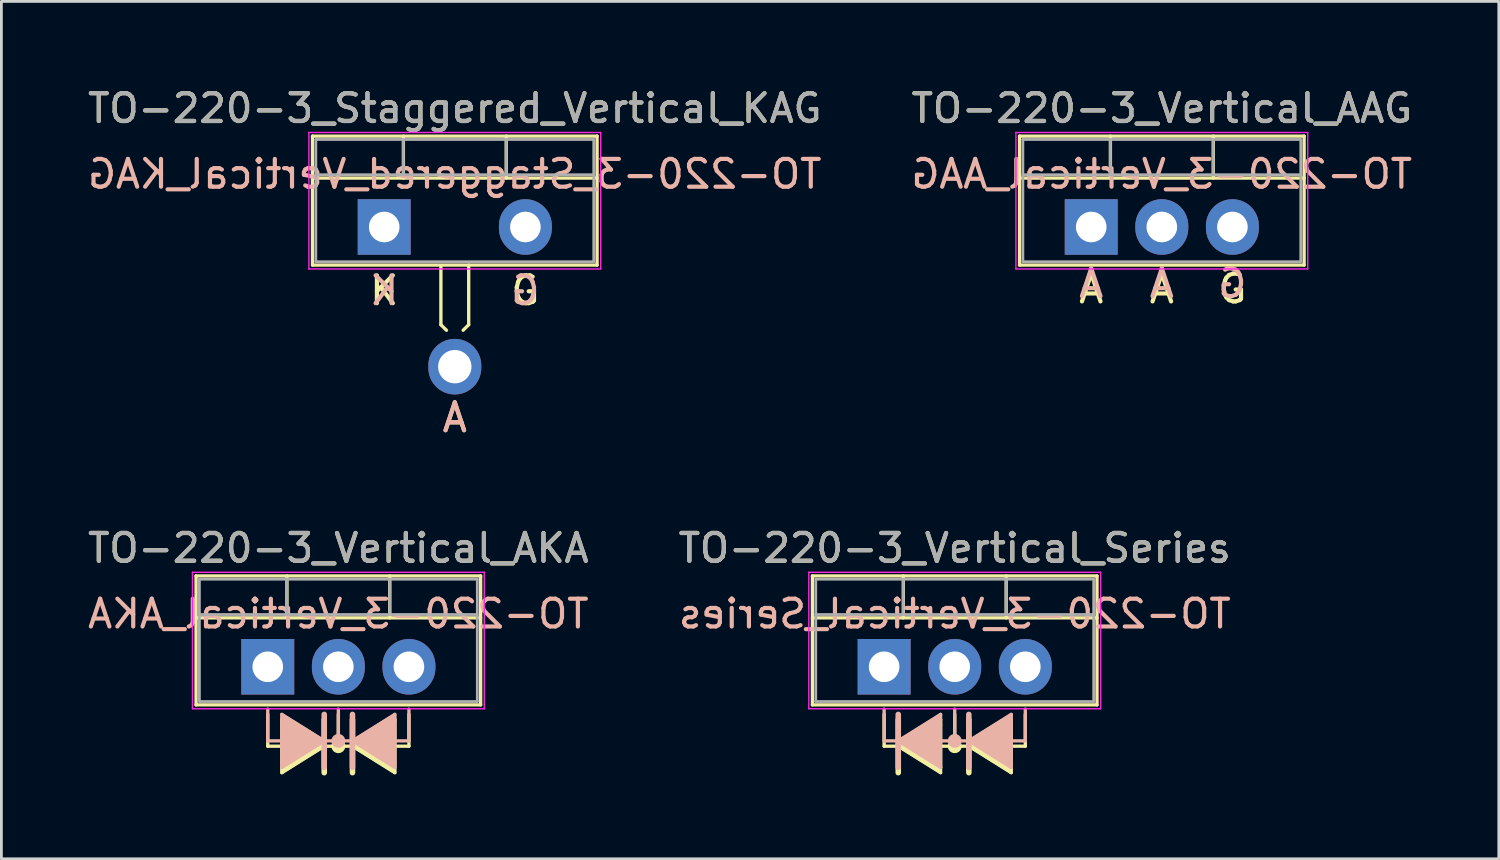
<source format=kicad_pcb>
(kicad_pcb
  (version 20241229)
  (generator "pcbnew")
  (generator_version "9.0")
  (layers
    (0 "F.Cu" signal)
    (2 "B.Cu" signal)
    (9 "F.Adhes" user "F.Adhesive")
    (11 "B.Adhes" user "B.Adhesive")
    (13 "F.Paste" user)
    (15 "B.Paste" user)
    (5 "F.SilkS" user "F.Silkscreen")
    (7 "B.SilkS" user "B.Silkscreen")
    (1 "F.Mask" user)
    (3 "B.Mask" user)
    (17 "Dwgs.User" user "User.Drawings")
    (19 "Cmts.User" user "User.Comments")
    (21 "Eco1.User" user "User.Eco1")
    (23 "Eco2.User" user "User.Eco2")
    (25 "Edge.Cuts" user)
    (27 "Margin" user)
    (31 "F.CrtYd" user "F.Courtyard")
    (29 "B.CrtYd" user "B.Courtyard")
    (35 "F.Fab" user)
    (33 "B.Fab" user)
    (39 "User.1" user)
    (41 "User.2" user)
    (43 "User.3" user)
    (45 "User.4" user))
  (footprint "TO-220-3_Vertical_AAG"
    (layer "F.Cu")
    (at 36.216 5.118)
    (property "Reference" "TO-220-3_Vertical_AAG" (at 2.54 -4.27 0) (layer "F.SilkS") (effects (font (size 1 1) (thickness 0.15))))
    (fp_line (start -2.58 -3.27) (end -2.58 1.371) (stroke (width 0.12) (type solid)) (layer "F.SilkS"))
    (fp_line (start -2.58 -3.27) (end 7.66 -3.27) (stroke (width 0.12) (type solid)) (layer "F.SilkS"))
    (fp_line (start -2.58 -1.76) (end 7.66 -1.76) (stroke (width 0.12) (type solid)) (layer "F.SilkS"))
    (fp_line (start -2.58 1.371) (end 7.66 1.371) (stroke (width 0.12) (type solid)) (layer "F.SilkS"))
    (fp_line (start 0.69 -3.27) (end 0.69 -1.76) (stroke (width 0.12) (type solid)) (layer "F.SilkS"))
    (fp_line (start 4.391 -3.27) (end 4.391 -1.76) (stroke (width 0.12) (type solid)) (layer "F.SilkS"))
    (fp_line (start 7.66 -3.27) (end 7.66 1.371) (stroke (width 0.12) (type solid)) (layer "F.SilkS"))
    (fp_line (start -2.71 -3.4) (end -2.71 1.51) (stroke (width 0.05) (type solid)) (layer "F.CrtYd"))
    (fp_line (start -2.71 1.51) (end 7.79 1.51) (stroke (width 0.05) (type solid)) (layer "F.CrtYd"))
    (fp_line (start 7.79 -3.4) (end -2.71 -3.4) (stroke (width 0.05) (type solid)) (layer "F.CrtYd"))
    (fp_line (start 7.79 1.51) (end 7.79 -3.4) (stroke (width 0.05) (type solid)) (layer "F.CrtYd"))
    (fp_line (start -2.46 -3.15) (end -2.46 1.25) (stroke (width 0.1) (type solid)) (layer "F.Fab"))
    (fp_line (start -2.46 -1.88) (end 7.54 -1.88) (stroke (width 0.1) (type solid)) (layer "F.Fab"))
    (fp_line (start -2.46 1.25) (end 7.54 1.25) (stroke (width 0.1) (type solid)) (layer "F.Fab"))
    (fp_line (start 0.69 -3.15) (end 0.69 -1.88) (stroke (width 0.1) (type solid)) (layer "F.Fab"))
    (fp_line (start 4.39 -3.15) (end 4.39 -1.88) (stroke (width 0.1) (type solid)) (layer "F.Fab"))
    (fp_line (start 7.54 -3.15) (end -2.46 -3.15) (stroke (width 0.1) (type solid)) (layer "F.Fab"))
    (fp_line (start 7.54 1.25) (end 7.54 -3.15) (stroke (width 0.1) (type solid)) (layer "F.Fab"))
    (fp_text user "G" (at 5.08 2.223 0) (unlocked yes) (layer "F.SilkS") (effects (font (size 1 1) (thickness 0.15))))
    (fp_text user "A" (at 0 2.223 0) (unlocked yes) (layer "F.SilkS") (effects (font (size 1 1) (thickness 0.15))))
    (fp_text user "A" (at 2.54 2.223 0) (unlocked yes) (layer "F.SilkS") (effects (font (size 1 1) (thickness 0.15))))
    (fp_text user "A" (at 0 2.032 0) (unlocked yes) (layer "B.SilkS") (effects (font (size 1 1) (thickness 0.15)) (justify mirror)))
    (fp_text user "${REFERENCE}" (at 2.54 -1.905 0) (layer "B.SilkS") (effects (font (size 1 1) (thickness 0.15)) (justify mirror)))
    (fp_text user "A" (at 2.54 2.032 0) (unlocked yes) (layer "B.SilkS") (effects (font (size 1 1) (thickness 0.15)) (justify mirror)))
    (fp_text user "G" (at 5.08 2.032 0) (unlocked yes) (layer "B.SilkS") (effects (font (size 1 1) (thickness 0.15)) (justify mirror)))
    (fp_text user "${REFERENCE}" (at 2.54 -4.27 0) (layer "F.Fab") (effects (font (size 1 1) (thickness 0.15))))
    (pad "1" thru_hole rect (at 0 0) (size 1.905 2) (drill 1.1) (layers "*.Cu" "*.Mask"))
    (pad "2" thru_hole oval (at 2.54 0) (size 1.905 2) (drill 1.1) (layers "*.Cu" "*.Mask"))
    (pad "3" thru_hole oval (at 5.08 0) (size 1.905 2) (drill 1.1) (layers "*.Cu" "*.Mask")))
  (footprint "TO-220-3_Vertical_Series"
    (layer "F.Cu")
    (at 28.764 20.943)
    (property "Reference" "TO-220-3_Vertical_Series" (at 2.54 -4.27 0) (layer "F.SilkS") (effects (font (size 1 1) (thickness 0.15))))
    (fp_line (start -2.58 -3.27) (end -2.58 1.371) (stroke (width 0.12) (type solid)) (layer "F.SilkS"))
    (fp_line (start -2.58 -3.27) (end 7.66 -3.27) (stroke (width 0.12) (type solid)) (layer "F.SilkS"))
    (fp_line (start -2.58 -1.76) (end 7.66 -1.76) (stroke (width 0.12) (type solid)) (layer "F.SilkS"))
    (fp_line (start -2.58 1.371) (end 7.66 1.371) (stroke (width 0.12) (type solid)) (layer "F.SilkS"))
    (fp_line (start 0 1.714) (end 0 2.857) (stroke (width 0.12) (type solid)) (layer "F.SilkS"))
    (fp_line (start 0 2.857) (end 0.508 2.857) (stroke (width 0.12) (type solid)) (layer "F.SilkS"))
    (fp_line (start 0.508 1.905) (end 0.508 3.81) (stroke (width 0.2) (type solid)) (layer "F.SilkS"))
    (fp_line (start 0.508 2.857) (end 2.032 1.905) (stroke (width 0.12) (type solid)) (layer "F.SilkS"))
    (fp_line (start 0.508 2.857) (end 2.032 3.81) (stroke (width 0.12) (type solid)) (layer "F.SilkS"))
    (fp_line (start 0.69 -3.27) (end 0.69 -1.76) (stroke (width 0.12) (type solid)) (layer "F.SilkS"))
    (fp_line (start 2.032 2.095) (end 2.032 1.905) (stroke (width 0.12) (type solid)) (layer "F.SilkS"))
    (fp_line (start 2.032 3.619) (end 2.032 2.095) (stroke (width 0.12) (type solid)) (layer "F.SilkS"))
    (fp_line (start 2.032 3.619) (end 2.032 3.81) (stroke (width 0.12) (type solid)) (layer "F.SilkS"))
    (fp_line (start 2.54 1.714) (end 2.54 2.857) (stroke (width 0.12) (type solid)) (layer "F.SilkS"))
    (fp_line (start 2.54 2.857) (end 2.032 2.857) (stroke (width 0.12) (type solid)) (layer "F.SilkS"))
    (fp_line (start 2.54 2.857) (end 3.048 2.857) (stroke (width 0.12) (type solid)) (layer "F.SilkS"))
    (fp_line (start 3.048 1.905) (end 3.048 3.81) (stroke (width 0.2) (type solid)) (layer "F.SilkS"))
    (fp_line (start 3.048 2.857) (end 4.572 3.81) (stroke (width 0.12) (type solid)) (layer "F.SilkS"))
    (fp_line (start 4.391 -3.27) (end 4.391 -1.76) (stroke (width 0.12) (type solid)) (layer "F.SilkS"))
    (fp_line (start 4.572 1.905) (end 3.048 2.857) (stroke (width 0.12) (type solid)) (layer "F.SilkS"))
    (fp_line (start 4.572 3.81) (end 4.572 1.905) (stroke (width 0.12) (type solid)) (layer "F.SilkS"))
    (fp_line (start 5.08 1.714) (end 5.08 2.857) (stroke (width 0.12) (type solid)) (layer "F.SilkS"))
    (fp_line (start 5.08 2.857) (end 4.572 2.857) (stroke (width 0.12) (type solid)) (layer "F.SilkS"))
    (fp_line (start 7.66 -3.27) (end 7.66 1.371) (stroke (width 0.12) (type solid)) (layer "F.SilkS"))
    (fp_circle (center 2.54 2.857) (end 2.54 2.921) (stroke (width 0.12) (type solid)) (fill no) (layer "F.SilkS"))
    (fp_circle (center 2.54 2.857) (end 2.54 2.985) (stroke (width 0.12) (type solid)) (fill no) (layer "F.SilkS"))
    (fp_circle (center 2.54 2.857) (end 2.54 3.048) (stroke (width 0.12) (type solid)) (fill no) (layer "F.SilkS"))
    (fp_poly (pts (xy 0.508 2.857) (xy 2.032 1.905) (xy 2.032 3.81)) (stroke (width 0.1) (type solid)) (fill yes) (layer "F.SilkS"))
    (fp_poly (pts (xy 4.572 3.81) (xy 3.048 2.857) (xy 4.572 1.905)) (stroke (width 0.1) (type solid)) (fill yes) (layer "F.SilkS"))
    (fp_line (start 0 1.524) (end 0 2.667) (stroke (width 0.12) (type solid)) (layer "B.SilkS"))
    (fp_line (start 0 2.667) (end 0.508 2.667) (stroke (width 0.12) (type solid)) (layer "B.SilkS"))
    (fp_line (start 0.508 2.667) (end 2.032 1.714) (stroke (width 0.12) (type solid)) (layer "B.SilkS"))
    (fp_line (start 0.508 3.619) (end 0.508 1.714) (stroke (width 0.2) (type solid)) (layer "B.SilkS"))
    (fp_line (start 2.032 1.714) (end 2.032 3.619) (stroke (width 0.12) (type solid)) (layer "B.SilkS"))
    (fp_line (start 2.032 3.619) (end 0.508 2.667) (stroke (width 0.12) (type solid)) (layer "B.SilkS"))
    (fp_line (start 2.54 1.524) (end 2.54 2.667) (stroke (width 0.12) (type solid)) (layer "B.SilkS"))
    (fp_line (start 2.54 2.667) (end 2.032 2.667) (stroke (width 0.12) (type solid)) (layer "B.SilkS"))
    (fp_line (start 2.54 2.667) (end 3.048 2.667) (stroke (width 0.12) (type solid)) (layer "B.SilkS"))
    (fp_line (start 3.048 2.667) (end 4.572 1.714) (stroke (width 0.12) (type solid)) (layer "B.SilkS"))
    (fp_line (start 3.048 2.667) (end 4.572 3.619) (stroke (width 0.12) (type solid)) (layer "B.SilkS"))
    (fp_line (start 3.048 3.619) (end 3.048 1.714) (stroke (width 0.2) (type solid)) (layer "B.SilkS"))
    (fp_line (start 4.572 1.714) (end 4.572 3.429) (stroke (width 0.12) (type solid)) (layer "B.SilkS"))
    (fp_line (start 4.572 3.429) (end 4.572 3.619) (stroke (width 0.12) (type solid)) (layer "B.SilkS"))
    (fp_line (start 5.08 1.524) (end 5.08 2.667) (stroke (width 0.12) (type solid)) (layer "B.SilkS"))
    (fp_line (start 5.08 2.667) (end 4.572 2.667) (stroke (width 0.12) (type solid)) (layer "B.SilkS"))
    (fp_circle (center 2.54 2.667) (end 2.54 2.731) (stroke (width 0.12) (type solid)) (fill no) (layer "B.SilkS"))
    (fp_circle (center 2.54 2.667) (end 2.54 2.794) (stroke (width 0.12) (type solid)) (fill no) (layer "B.SilkS"))
    (fp_circle (center 2.54 2.667) (end 2.54 2.857) (stroke (width 0.12) (type solid)) (fill no) (layer "B.SilkS"))
    (fp_poly (pts (xy 2.032 1.714) (xy 0.508 2.667) (xy 2.032 3.619)) (stroke (width 0.1) (type solid)) (fill yes) (layer "B.SilkS"))
    (fp_poly (pts (xy 3.048 2.667) (xy 4.572 3.619) (xy 4.572 1.714)) (stroke (width 0.1) (type solid)) (fill yes) (layer "B.SilkS"))
    (fp_line (start -2.71 -3.4) (end -2.71 1.51) (stroke (width 0.05) (type solid)) (layer "F.CrtYd"))
    (fp_line (start -2.71 1.51) (end 7.79 1.51) (stroke (width 0.05) (type solid)) (layer "F.CrtYd"))
    (fp_line (start 7.79 -3.4) (end -2.71 -3.4) (stroke (width 0.05) (type solid)) (layer "F.CrtYd"))
    (fp_line (start 7.79 1.51) (end 7.79 -3.4) (stroke (width 0.05) (type solid)) (layer "F.CrtYd"))
    (fp_line (start -2.46 -3.15) (end -2.46 1.25) (stroke (width 0.1) (type solid)) (layer "F.Fab"))
    (fp_line (start -2.46 -1.88) (end 7.54 -1.88) (stroke (width 0.1) (type solid)) (layer "F.Fab"))
    (fp_line (start -2.46 1.25) (end 7.54 1.25) (stroke (width 0.1) (type solid)) (layer "F.Fab"))
    (fp_line (start 0.69 -3.15) (end 0.69 -1.88) (stroke (width 0.1) (type solid)) (layer "F.Fab"))
    (fp_line (start 4.39 -3.15) (end 4.39 -1.88) (stroke (width 0.1) (type solid)) (layer "F.Fab"))
    (fp_line (start 7.54 -3.15) (end -2.46 -3.15) (stroke (width 0.1) (type solid)) (layer "F.Fab"))
    (fp_line (start 7.54 1.25) (end 7.54 -3.15) (stroke (width 0.1) (type solid)) (layer "F.Fab"))
    (fp_text user "${REFERENCE}" (at 2.54 -1.905 0) (layer "B.SilkS") (effects (font (size 1 1) (thickness 0.15)) (justify mirror)))
    (fp_text user "${REFERENCE}" (at 2.54 -4.27 0) (layer "F.Fab") (effects (font (size 1 1) (thickness 0.15))))
    (pad "1" thru_hole rect (at 0 0) (size 1.905 2) (drill 1.1) (layers "*.Cu" "*.Mask"))
    (pad "2" thru_hole oval (at 2.54 0) (size 1.905 2) (drill 1.1) (layers "*.Cu" "*.Mask"))
    (pad "3" thru_hole oval (at 5.08 0) (size 1.905 2) (drill 1.1) (layers "*.Cu" "*.Mask")))
  (footprint "TO-220-3_Vertical_AKA"
    (layer "F.Cu")
    (at 6.585 20.943)
    (property "Reference" "TO-220-3_Vertical_AKA" (at 2.54 -4.27 0) (layer "F.SilkS") (effects (font (size 1 1) (thickness 0.15))))
    (fp_line (start -2.58 -3.27) (end -2.58 1.371) (stroke (width 0.12) (type solid)) (layer "F.SilkS"))
    (fp_line (start -2.58 -3.27) (end 7.66 -3.27) (stroke (width 0.12) (type solid)) (layer "F.SilkS"))
    (fp_line (start -2.58 -1.76) (end 7.66 -1.76) (stroke (width 0.12) (type solid)) (layer "F.SilkS"))
    (fp_line (start -2.58 1.371) (end 7.66 1.371) (stroke (width 0.12) (type solid)) (layer "F.SilkS"))
    (fp_line (start 0 1.714) (end 0 2.857) (stroke (width 0.12) (type solid)) (layer "F.SilkS"))
    (fp_line (start 0 2.857) (end 0.508 2.857) (stroke (width 0.12) (type solid)) (layer "F.SilkS"))
    (fp_line (start 0.508 2.095) (end 0.508 1.905) (stroke (width 0.12) (type solid)) (layer "F.SilkS"))
    (fp_line (start 0.508 2.095) (end 0.508 3.619) (stroke (width 0.12) (type solid)) (layer "F.SilkS"))
    (fp_line (start 0.508 3.619) (end 0.508 3.81) (stroke (width 0.12) (type solid)) (layer "F.SilkS"))
    (fp_line (start 0.69 -3.27) (end 0.69 -1.76) (stroke (width 0.12) (type solid)) (layer "F.SilkS"))
    (fp_line (start 2.032 2.857) (end 0.508 1.905) (stroke (width 0.12) (type solid)) (layer "F.SilkS"))
    (fp_line (start 2.032 2.857) (end 0.508 3.81) (stroke (width 0.12) (type solid)) (layer "F.SilkS"))
    (fp_line (start 2.032 3.81) (end 2.032 1.905) (stroke (width 0.2) (type solid)) (layer "F.SilkS"))
    (fp_line (start 2.54 1.714) (end 2.54 2.857) (stroke (width 0.12) (type solid)) (layer "F.SilkS"))
    (fp_line (start 2.54 2.857) (end 2.032 2.857) (stroke (width 0.12) (type solid)) (layer "F.SilkS"))
    (fp_line (start 2.54 2.857) (end 3.048 2.857) (stroke (width 0.12) (type solid)) (layer "F.SilkS"))
    (fp_line (start 3.048 1.905) (end 3.048 3.81) (stroke (width 0.2) (type solid)) (layer "F.SilkS"))
    (fp_line (start 3.048 2.857) (end 4.572 3.81) (stroke (width 0.12) (type solid)) (layer "F.SilkS"))
    (fp_line (start 4.391 -3.27) (end 4.391 -1.76) (stroke (width 0.12) (type solid)) (layer "F.SilkS"))
    (fp_line (start 4.572 1.905) (end 3.048 2.857) (stroke (width 0.12) (type solid)) (layer "F.SilkS"))
    (fp_line (start 4.572 3.81) (end 4.572 1.905) (stroke (width 0.12) (type solid)) (layer "F.SilkS"))
    (fp_line (start 5.08 1.714) (end 5.08 2.857) (stroke (width 0.12) (type solid)) (layer "F.SilkS"))
    (fp_line (start 5.08 2.857) (end 4.572 2.857) (stroke (width 0.12) (type solid)) (layer "F.SilkS"))
    (fp_line (start 7.66 -3.27) (end 7.66 1.371) (stroke (width 0.12) (type solid)) (layer "F.SilkS"))
    (fp_circle (center 2.54 2.857) (end 2.54 2.921) (stroke (width 0.12) (type solid)) (fill no) (layer "F.SilkS"))
    (fp_circle (center 2.54 2.857) (end 2.54 2.985) (stroke (width 0.12) (type solid)) (fill no) (layer "F.SilkS"))
    (fp_circle (center 2.54 2.857) (end 2.54 3.048) (stroke (width 0.12) (type solid)) (fill no) (layer "F.SilkS"))
    (fp_poly (pts (xy 2.032 2.857) (xy 0.508 3.81) (xy 0.508 1.905)) (stroke (width 0.1) (type solid)) (fill yes) (layer "F.SilkS"))
    (fp_poly (pts (xy 4.572 3.81) (xy 3.048 2.857) (xy 4.572 1.905)) (stroke (width 0.1) (type solid)) (fill yes) (layer "F.SilkS"))
    (fp_line (start 0 1.524) (end 0 2.667) (stroke (width 0.12) (type solid)) (layer "B.SilkS"))
    (fp_line (start 0 2.667) (end 0.508 2.667) (stroke (width 0.12) (type solid)) (layer "B.SilkS"))
    (fp_line (start 0.508 1.714) (end 2.032 2.667) (stroke (width 0.12) (type solid)) (layer "B.SilkS"))
    (fp_line (start 0.508 3.619) (end 0.508 1.714) (stroke (width 0.12) (type solid)) (layer "B.SilkS"))
    (fp_line (start 2.032 1.714) (end 2.032 3.619) (stroke (width 0.2) (type solid)) (layer "B.SilkS"))
    (fp_line (start 2.032 2.667) (end 0.508 3.619) (stroke (width 0.12) (type solid)) (layer "B.SilkS"))
    (fp_line (start 2.54 1.524) (end 2.54 2.667) (stroke (width 0.12) (type solid)) (layer "B.SilkS"))
    (fp_line (start 2.54 2.667) (end 2.032 2.667) (stroke (width 0.12) (type solid)) (layer "B.SilkS"))
    (fp_line (start 2.54 2.667) (end 3.048 2.667) (stroke (width 0.12) (type solid)) (layer "B.SilkS"))
    (fp_line (start 3.048 2.667) (end 4.572 1.714) (stroke (width 0.12) (type solid)) (layer "B.SilkS"))
    (fp_line (start 3.048 2.667) (end 4.572 3.619) (stroke (width 0.12) (type solid)) (layer "B.SilkS"))
    (fp_line (start 3.048 3.619) (end 3.048 1.714) (stroke (width 0.2) (type solid)) (layer "B.SilkS"))
    (fp_line (start 4.572 1.905) (end 4.572 1.714) (stroke (width 0.12) (type solid)) (layer "B.SilkS"))
    (fp_line (start 4.572 1.905) (end 4.572 3.429) (stroke (width 0.12) (type solid)) (layer "B.SilkS"))
    (fp_line (start 4.572 3.429) (end 4.572 3.619) (stroke (width 0.12) (type solid)) (layer "B.SilkS"))
    (fp_line (start 5.08 1.524) (end 5.08 2.667) (stroke (width 0.12) (type solid)) (layer "B.SilkS"))
    (fp_line (start 5.08 2.667) (end 4.572 2.667) (stroke (width 0.12) (type solid)) (layer "B.SilkS"))
    (fp_circle (center 2.54 2.667) (end 2.54 2.731) (stroke (width 0.12) (type solid)) (fill no) (layer "B.SilkS"))
    (fp_circle (center 2.54 2.667) (end 2.54 2.794) (stroke (width 0.12) (type solid)) (fill no) (layer "B.SilkS"))
    (fp_circle (center 2.54 2.667) (end 2.54 2.857) (stroke (width 0.12) (type solid)) (fill no) (layer "B.SilkS"))
    (fp_poly (pts (xy 0.508 3.619) (xy 2.032 2.667) (xy 0.508 1.714)) (stroke (width 0.1) (type solid)) (fill yes) (layer "B.SilkS"))
    (fp_poly (pts (xy 3.048 2.667) (xy 4.572 3.619) (xy 4.572 1.714)) (stroke (width 0.1) (type solid)) (fill yes) (layer "B.SilkS"))
    (fp_line (start -2.71 -3.4) (end -2.71 1.51) (stroke (width 0.05) (type solid)) (layer "F.CrtYd"))
    (fp_line (start -2.71 1.51) (end 7.79 1.51) (stroke (width 0.05) (type solid)) (layer "F.CrtYd"))
    (fp_line (start 7.79 -3.4) (end -2.71 -3.4) (stroke (width 0.05) (type solid)) (layer "F.CrtYd"))
    (fp_line (start 7.79 1.51) (end 7.79 -3.4) (stroke (width 0.05) (type solid)) (layer "F.CrtYd"))
    (fp_line (start -2.46 -3.15) (end -2.46 1.25) (stroke (width 0.1) (type solid)) (layer "F.Fab"))
    (fp_line (start -2.46 -1.88) (end 7.54 -1.88) (stroke (width 0.1) (type solid)) (layer "F.Fab"))
    (fp_line (start -2.46 1.25) (end 7.54 1.25) (stroke (width 0.1) (type solid)) (layer "F.Fab"))
    (fp_line (start 0.69 -3.15) (end 0.69 -1.88) (stroke (width 0.1) (type solid)) (layer "F.Fab"))
    (fp_line (start 4.39 -3.15) (end 4.39 -1.88) (stroke (width 0.1) (type solid)) (layer "F.Fab"))
    (fp_line (start 7.54 -3.15) (end -2.46 -3.15) (stroke (width 0.1) (type solid)) (layer "F.Fab"))
    (fp_line (start 7.54 1.25) (end 7.54 -3.15) (stroke (width 0.1) (type solid)) (layer "F.Fab"))
    (fp_text user "${REFERENCE}" (at 2.54 -1.905 0) (layer "B.SilkS") (effects (font (size 1 1) (thickness 0.15)) (justify mirror)))
    (fp_text user "${REFERENCE}" (at 2.54 -4.27 0) (layer "F.Fab") (effects (font (size 1 1) (thickness 0.15))))
    (pad "1" thru_hole rect (at 0 0) (size 1.905 2) (drill 1.1) (layers "*.Cu" "*.Mask"))
    (pad "2" thru_hole oval (at 2.54 0) (size 1.905 2) (drill 1.1) (layers "*.Cu" "*.Mask"))
    (pad "3" thru_hole oval (at 5.08 0) (size 1.905 2) (drill 1.1) (layers "*.Cu" "*.Mask")))
  (footprint "TO-220-3_Staggered_Vertical_KAG"
    (layer "F.Cu")
    (at 10.775 5.118)
    (property "Reference" "TO-220-3_Staggered_Vertical_KAG" (at 2.54 -4.27 0) (layer "F.SilkS") (effects (font (size 1 1) (thickness 0.15))))
    (fp_line (start -2.58 -3.27) (end -2.58 1.371) (stroke (width 0.12) (type solid)) (layer "F.SilkS"))
    (fp_line (start -2.58 -3.27) (end 7.66 -3.27) (stroke (width 0.12) (type solid)) (layer "F.SilkS"))
    (fp_line (start -2.58 -1.76) (end 7.66 -1.76) (stroke (width 0.12) (type solid)) (layer "F.SilkS"))
    (fp_line (start -2.58 1.371) (end 3.048 1.371) (stroke (width 0.12) (type solid)) (layer "F.SilkS"))
    (fp_line (start 0.69 -3.27) (end 0.69 -1.76) (stroke (width 0.12) (type solid)) (layer "F.SilkS"))
    (fp_line (start 2.04 1.417) (end 2.04 3.517) (stroke (width 0.12) (type solid)) (layer "F.SilkS"))
    (fp_line (start 2.04 3.517) (end 2.24 3.716) (stroke (width 0.12) (type solid)) (layer "F.SilkS"))
    (fp_line (start 3.04 1.417) (end 3.04 3.517) (stroke (width 0.12) (type solid)) (layer "F.SilkS"))
    (fp_line (start 3.04 3.517) (end 2.84 3.716) (stroke (width 0.12) (type solid)) (layer "F.SilkS"))
    (fp_line (start 4.391 -3.27) (end 4.391 -1.76) (stroke (width 0.12) (type solid)) (layer "F.SilkS"))
    (fp_line (start 7.66 -3.27) (end 7.66 1.371) (stroke (width 0.12) (type solid)) (layer "F.SilkS"))
    (fp_line (start 7.66 1.371) (end 3.048 1.371) (stroke (width 0.12) (type solid)) (layer "F.SilkS"))
    (fp_line (start -2.71 -3.4) (end -2.71 1.51) (stroke (width 0.05) (type solid)) (layer "F.CrtYd"))
    (fp_line (start -2.71 1.51) (end 7.79 1.51) (stroke (width 0.05) (type solid)) (layer "F.CrtYd"))
    (fp_line (start 7.79 -3.4) (end -2.71 -3.4) (stroke (width 0.05) (type solid)) (layer "F.CrtYd"))
    (fp_line (start 7.79 1.51) (end 7.79 -3.4) (stroke (width 0.05) (type solid)) (layer "F.CrtYd"))
    (fp_line (start -2.46 -3.15) (end -2.46 1.25) (stroke (width 0.1) (type solid)) (layer "F.Fab"))
    (fp_line (start -2.46 -1.88) (end 7.54 -1.88) (stroke (width 0.1) (type solid)) (layer "F.Fab"))
    (fp_line (start -2.46 1.25) (end 7.54 1.25) (stroke (width 0.1) (type solid)) (layer "F.Fab"))
    (fp_line (start 0.69 -3.15) (end 0.69 -1.88) (stroke (width 0.1) (type solid)) (layer "F.Fab"))
    (fp_line (start 4.39 -3.15) (end 4.39 -1.88) (stroke (width 0.1) (type solid)) (layer "F.Fab"))
    (fp_line (start 7.54 -3.15) (end -2.46 -3.15) (stroke (width 0.1) (type solid)) (layer "F.Fab"))
    (fp_line (start 7.54 1.25) (end 7.54 -3.15) (stroke (width 0.1) (type solid)) (layer "F.Fab"))
    (fp_text user "A" (at 2.54 6.858 0) (unlocked yes) (layer "F.SilkS") (effects (font (size 1 1) (thickness 0.15))))
    (fp_text user "G" (at 5.08 2.286 0) (unlocked yes) (layer "F.SilkS") (effects (font (size 1 1) (thickness 0.15))))
    (fp_text user "K" (at 0 2.286 0) (unlocked yes) (layer "F.SilkS") (effects (font (size 1 1) (thickness 0.15))))
    (fp_text user "${REFERENCE}" (at 2.54 -1.905 0) (layer "B.SilkS") (effects (font (size 1 1) (thickness 0.15)) (justify mirror)))
    (fp_text user "K" (at 0 2.286 0) (unlocked yes) (layer "B.SilkS") (effects (font (size 1 1) (thickness 0.15)) (justify mirror)))
    (fp_text user "G" (at 5.08 2.286 0) (unlocked yes) (layer "B.SilkS") (effects (font (size 1 1) (thickness 0.15)) (justify mirror)))
    (fp_text user "A" (at 2.54 6.858 0) (unlocked yes) (layer "B.SilkS") (effects (font (size 1 1) (thickness 0.15)) (justify mirror)))
    (fp_text user "${REFERENCE}" (at 2.54 -4.27 0) (layer "F.Fab") (effects (font (size 1 1) (thickness 0.15))))
    (pad "1" thru_hole rect (at 0 0) (size 1.905 2) (drill 1.1) (layers "*.Cu" "*.Mask"))
    (pad "2" thru_hole oval (at 2.54 5.026) (size 1.905 2) (drill 1.2) (layers "*.Cu" "*.Mask"))
    (pad "3" thru_hole oval (at 5.08 0) (size 1.905 2) (drill 1.1) (layers "*.Cu" "*.Mask")))
  (gr_rect
    (start -3 -3)
    (end 50.881 27.853)
    (stroke (width 0.1) (type default))
    (fill no)
    (layer "Edge.Cuts")))
</source>
